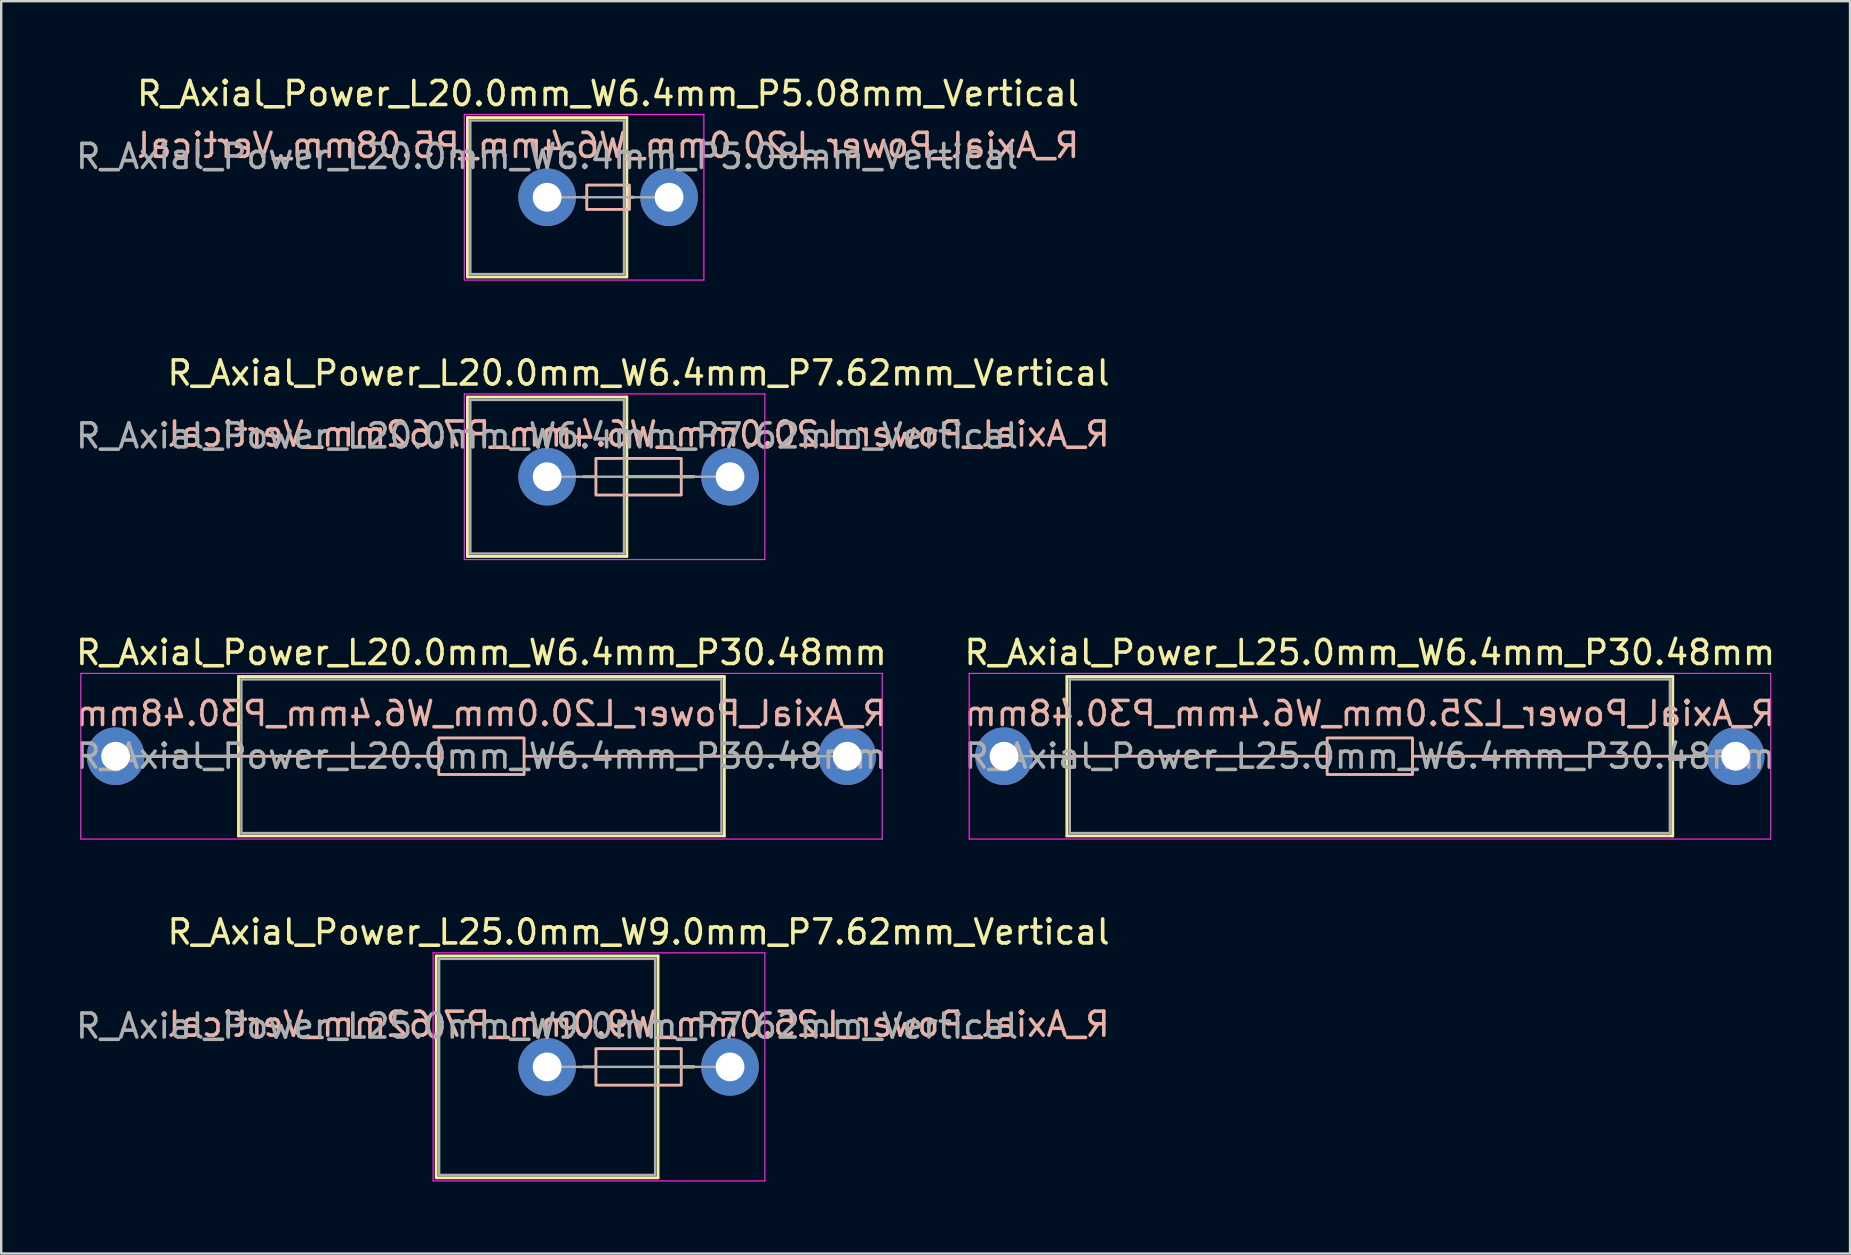
<source format=kicad_pcb>
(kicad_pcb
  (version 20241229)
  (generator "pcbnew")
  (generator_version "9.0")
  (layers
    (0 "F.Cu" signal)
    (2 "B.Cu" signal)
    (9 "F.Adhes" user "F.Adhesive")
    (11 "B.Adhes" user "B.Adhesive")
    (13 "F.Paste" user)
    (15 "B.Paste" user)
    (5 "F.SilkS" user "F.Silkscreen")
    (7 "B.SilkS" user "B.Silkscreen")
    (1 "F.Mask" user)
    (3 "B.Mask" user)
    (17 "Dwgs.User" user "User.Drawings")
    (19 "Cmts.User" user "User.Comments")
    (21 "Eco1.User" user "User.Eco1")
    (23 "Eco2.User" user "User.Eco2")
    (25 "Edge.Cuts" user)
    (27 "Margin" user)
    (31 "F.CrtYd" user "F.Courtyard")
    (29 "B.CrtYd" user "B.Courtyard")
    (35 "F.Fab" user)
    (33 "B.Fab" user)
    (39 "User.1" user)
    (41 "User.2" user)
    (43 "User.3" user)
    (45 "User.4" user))
  (footprint "R_Axial_Power_L25.0mm_W6.4mm_P30.48mm"
    (layer "F.Cu")
    (at 38.778 28.455)
    (property "Reference" "R_Axial_Power_L25.0mm_W6.4mm_P30.48mm" (at 15.24 -4.32 0) (layer "F.SilkS") (effects (font (size 1 1) (thickness 0.15))))
    (fp_line (start 1.44 0) (end 2.62 0) (stroke (width 0.12) (type solid)) (layer "F.SilkS"))
    (fp_line (start 2.62 -3.32) (end 2.62 3.32) (stroke (width 0.12) (type solid)) (layer "F.SilkS"))
    (fp_line (start 2.62 3.32) (end 27.86 3.32) (stroke (width 0.12) (type solid)) (layer "F.SilkS"))
    (fp_line (start 27.86 -3.32) (end 2.62 -3.32) (stroke (width 0.12) (type solid)) (layer "F.SilkS"))
    (fp_line (start 27.86 3.32) (end 27.86 -3.32) (stroke (width 0.12) (type solid)) (layer "F.SilkS"))
    (fp_line (start 29.04 0) (end 27.86 0) (stroke (width 0.12) (type solid)) (layer "F.SilkS"))
    (fp_line (start 13.462 0) (end 1.524 0) (stroke (width 0.12) (type solid)) (layer "B.SilkS"))
    (fp_line (start 17.018 0) (end 28.956 0) (stroke (width 0.12) (type solid)) (layer "B.SilkS"))
    (fp_rect (start 13.462 -0.762) (end 17.018 0.762) (stroke (width 0.12) (type solid)) (fill no) (layer "B.SilkS"))
    (fp_line (start -1.45 -3.45) (end -1.45 3.45) (stroke (width 0.05) (type solid)) (layer "F.CrtYd"))
    (fp_line (start -1.45 3.45) (end 31.94 3.45) (stroke (width 0.05) (type solid)) (layer "F.CrtYd"))
    (fp_line (start 31.94 -3.45) (end -1.45 -3.45) (stroke (width 0.05) (type solid)) (layer "F.CrtYd"))
    (fp_line (start 31.94 3.45) (end 31.94 -3.45) (stroke (width 0.05) (type solid)) (layer "F.CrtYd"))
    (fp_line (start 0 0) (end 2.74 0) (stroke (width 0.1) (type solid)) (layer "F.Fab"))
    (fp_line (start 2.74 -3.2) (end 2.74 3.2) (stroke (width 0.1) (type solid)) (layer "F.Fab"))
    (fp_line (start 2.74 3.2) (end 27.74 3.2) (stroke (width 0.1) (type solid)) (layer "F.Fab"))
    (fp_line (start 27.74 -3.2) (end 2.74 -3.2) (stroke (width 0.1) (type solid)) (layer "F.Fab"))
    (fp_line (start 27.74 3.2) (end 27.74 -3.2) (stroke (width 0.1) (type solid)) (layer "F.Fab"))
    (fp_line (start 30.48 0) (end 27.74 0) (stroke (width 0.1) (type solid)) (layer "F.Fab"))
    (fp_text user "${REFERENCE}" (at 15.24 -1.778 0) (layer "B.SilkS") (effects (font (size 1 1) (thickness 0.15)) (justify mirror)))
    (fp_text user "${REFERENCE}" (at 15.24 0 0) (layer "F.Fab") (effects (font (size 1 1) (thickness 0.15))))
    (pad "1" thru_hole circle (at 0 0) (size 2.4 2.4) (drill 1.2) (layers "*.Cu" "*.Mask"))
    (pad "2" thru_hole oval (at 30.48 0) (size 2.4 2.4) (drill 1.2) (layers "*.Cu" "*.Mask")))
  (footprint "R_Axial_Power_L20.0mm_W6.4mm_P5.08mm_Vertical"
    (layer "F.Cu")
    (at 19.744 5.168)
    (property "Reference" "R_Axial_Power_L20.0mm_W6.4mm_P5.08mm_Vertical" (at 2.54 -4.32 0) (layer "F.SilkS") (effects (font (size 1 1) (thickness 0.15))))
    (fp_line (start -3.32 -3.32) (end -3.32 3.32) (stroke (width 0.12) (type solid)) (layer "F.SilkS"))
    (fp_line (start -3.32 3.32) (end 3.32 3.32) (stroke (width 0.12) (type solid)) (layer "F.SilkS"))
    (fp_line (start 3.32 -3.32) (end -3.32 -3.32) (stroke (width 0.12) (type solid)) (layer "F.SilkS"))
    (fp_line (start 3.32 0) (end 3.58 0) (stroke (width 0.12) (type solid)) (layer "F.SilkS"))
    (fp_line (start 3.32 3.32) (end 3.32 -3.32) (stroke (width 0.12) (type solid)) (layer "F.SilkS"))
    (fp_line (start 1.524 0) (end 1.651 0) (stroke (width 0.12) (type solid)) (layer "B.SilkS"))
    (fp_line (start 3.556 0) (end 3.429 0) (stroke (width 0.12) (type solid)) (layer "B.SilkS"))
    (fp_rect (start 1.651 -0.508) (end 3.429 0.508) (stroke (width 0.12) (type solid)) (fill no) (layer "B.SilkS"))
    (fp_line (start -3.45 -3.45) (end -3.45 3.45) (stroke (width 0.05) (type solid)) (layer "F.CrtYd"))
    (fp_line (start -3.45 3.45) (end 6.53 3.45) (stroke (width 0.05) (type solid)) (layer "F.CrtYd"))
    (fp_line (start 6.53 -3.45) (end -3.45 -3.45) (stroke (width 0.05) (type solid)) (layer "F.CrtYd"))
    (fp_line (start 6.53 3.45) (end 6.53 -3.45) (stroke (width 0.05) (type solid)) (layer "F.CrtYd"))
    (fp_line (start -3.2 -3.2) (end -3.2 3.2) (stroke (width 0.1) (type solid)) (layer "F.Fab"))
    (fp_line (start -3.2 3.2) (end 3.2 3.2) (stroke (width 0.1) (type solid)) (layer "F.Fab"))
    (fp_line (start 0 0) (end 5.08 0) (stroke (width 0.1) (type solid)) (layer "F.Fab"))
    (fp_line (start 3.2 -3.2) (end -3.2 -3.2) (stroke (width 0.1) (type solid)) (layer "F.Fab"))
    (fp_line (start 3.2 3.2) (end 3.2 -3.2) (stroke (width 0.1) (type solid)) (layer "F.Fab"))
    (fp_text user "${REFERENCE}" (at 2.54 -2.159 0) (layer "B.SilkS") (effects (font (size 1 1) (thickness 0.15)) (justify mirror)))
    (fp_text user "${REFERENCE}" (at 0 -1.7 0) (layer "F.Fab") (effects (font (size 1 1) (thickness 0.15))))
    (pad "1" thru_hole circle (at 0 0) (size 2.4 2.4) (drill 1.2) (layers "*.Cu" "*.Mask"))
    (pad "2" thru_hole oval (at 5.08 0) (size 2.4 2.4) (drill 1.2) (layers "*.Cu" "*.Mask")))
  (footprint "R_Axial_Power_L20.0mm_W6.4mm_P30.48mm"
    (layer "F.Cu")
    (at 1.766 28.455)
    (property "Reference" "R_Axial_Power_L20.0mm_W6.4mm_P30.48mm" (at 15.24 -4.32 0) (layer "F.SilkS") (effects (font (size 1 1) (thickness 0.15))))
    (fp_line (start 1.44 0) (end 5.12 0) (stroke (width 0.12) (type solid)) (layer "F.SilkS"))
    (fp_line (start 5.12 -3.32) (end 5.12 3.32) (stroke (width 0.12) (type solid)) (layer "F.SilkS"))
    (fp_line (start 5.12 3.32) (end 25.36 3.32) (stroke (width 0.12) (type solid)) (layer "F.SilkS"))
    (fp_line (start 25.36 -3.32) (end 5.12 -3.32) (stroke (width 0.12) (type solid)) (layer "F.SilkS"))
    (fp_line (start 25.36 3.32) (end 25.36 -3.32) (stroke (width 0.12) (type solid)) (layer "F.SilkS"))
    (fp_line (start 29.04 0) (end 25.36 0) (stroke (width 0.12) (type solid)) (layer "F.SilkS"))
    (fp_line (start 13.462 0) (end 1.524 0) (stroke (width 0.12) (type solid)) (layer "B.SilkS"))
    (fp_line (start 17.018 0) (end 28.956 0) (stroke (width 0.12) (type solid)) (layer "B.SilkS"))
    (fp_rect (start 13.462 -0.762) (end 17.018 0.762) (stroke (width 0.12) (type solid)) (fill no) (layer "B.SilkS"))
    (fp_line (start -1.45 -3.45) (end -1.45 3.45) (stroke (width 0.05) (type solid)) (layer "F.CrtYd"))
    (fp_line (start -1.45 3.45) (end 31.94 3.45) (stroke (width 0.05) (type solid)) (layer "F.CrtYd"))
    (fp_line (start 31.94 -3.45) (end -1.45 -3.45) (stroke (width 0.05) (type solid)) (layer "F.CrtYd"))
    (fp_line (start 31.94 3.45) (end 31.94 -3.45) (stroke (width 0.05) (type solid)) (layer "F.CrtYd"))
    (fp_line (start 0 0) (end 5.24 0) (stroke (width 0.1) (type solid)) (layer "F.Fab"))
    (fp_line (start 5.24 -3.2) (end 5.24 3.2) (stroke (width 0.1) (type solid)) (layer "F.Fab"))
    (fp_line (start 5.24 3.2) (end 25.24 3.2) (stroke (width 0.1) (type solid)) (layer "F.Fab"))
    (fp_line (start 25.24 -3.2) (end 5.24 -3.2) (stroke (width 0.1) (type solid)) (layer "F.Fab"))
    (fp_line (start 25.24 3.2) (end 25.24 -3.2) (stroke (width 0.1) (type solid)) (layer "F.Fab"))
    (fp_line (start 30.48 0) (end 25.24 0) (stroke (width 0.1) (type solid)) (layer "F.Fab"))
    (fp_text user "${REFERENCE}" (at 15.24 -1.778 0) (layer "B.SilkS") (effects (font (size 1 1) (thickness 0.15)) (justify mirror)))
    (fp_text user "${REFERENCE}" (at 15.24 0 0) (layer "F.Fab") (effects (font (size 1 1) (thickness 0.15))))
    (pad "1" thru_hole circle (at 0 0) (size 2.4 2.4) (drill 1.2) (layers "*.Cu" "*.Mask"))
    (pad "2" thru_hole oval (at 30.48 0) (size 2.4 2.4) (drill 1.2) (layers "*.Cu" "*.Mask")))
  (footprint "R_Axial_Power_L20.0mm_W6.4mm_P7.62mm_Vertical"
    (layer "F.Cu")
    (at 19.744 16.811)
    (property "Reference" "R_Axial_Power_L20.0mm_W6.4mm_P7.62mm_Vertical" (at 3.81 -4.32 0) (layer "F.SilkS") (effects (font (size 1 1) (thickness 0.15))))
    (fp_line (start -3.32 -3.32) (end -3.32 3.32) (stroke (width 0.12) (type solid)) (layer "F.SilkS"))
    (fp_line (start -3.32 3.32) (end 3.32 3.32) (stroke (width 0.12) (type solid)) (layer "F.SilkS"))
    (fp_line (start 3.32 -3.32) (end -3.32 -3.32) (stroke (width 0.12) (type solid)) (layer "F.SilkS"))
    (fp_line (start 3.32 0) (end 6.12 0) (stroke (width 0.12) (type solid)) (layer "F.SilkS"))
    (fp_line (start 3.32 3.32) (end 3.32 -3.32) (stroke (width 0.12) (type solid)) (layer "F.SilkS"))
    (fp_line (start 2.032 0) (end 1.524 0) (stroke (width 0.12) (type solid)) (layer "B.SilkS"))
    (fp_line (start 5.588 0) (end 6.096 0) (stroke (width 0.12) (type solid)) (layer "B.SilkS"))
    (fp_rect (start 2.032 -0.762) (end 5.588 0.762) (stroke (width 0.12) (type solid)) (fill no) (layer "B.SilkS"))
    (fp_line (start -3.45 -3.45) (end -3.45 3.45) (stroke (width 0.05) (type solid)) (layer "F.CrtYd"))
    (fp_line (start -3.45 3.45) (end 9.07 3.45) (stroke (width 0.05) (type solid)) (layer "F.CrtYd"))
    (fp_line (start 9.07 -3.45) (end -3.45 -3.45) (stroke (width 0.05) (type solid)) (layer "F.CrtYd"))
    (fp_line (start 9.07 3.45) (end 9.07 -3.45) (stroke (width 0.05) (type solid)) (layer "F.CrtYd"))
    (fp_line (start -3.2 -3.2) (end -3.2 3.2) (stroke (width 0.1) (type solid)) (layer "F.Fab"))
    (fp_line (start -3.2 3.2) (end 3.2 3.2) (stroke (width 0.1) (type solid)) (layer "F.Fab"))
    (fp_line (start 0 0) (end 7.62 0) (stroke (width 0.1) (type solid)) (layer "F.Fab"))
    (fp_line (start 3.2 -3.2) (end -3.2 -3.2) (stroke (width 0.1) (type solid)) (layer "F.Fab"))
    (fp_line (start 3.2 3.2) (end 3.2 -3.2) (stroke (width 0.1) (type solid)) (layer "F.Fab"))
    (fp_text user "${REFERENCE}" (at 3.81 -1.778 0) (layer "B.SilkS") (effects (font (size 1 1) (thickness 0.15)) (justify mirror)))
    (fp_text user "${REFERENCE}" (at 0 -1.7 0) (layer "F.Fab") (effects (font (size 1 1) (thickness 0.15))))
    (pad "1" thru_hole circle (at 0 0) (size 2.4 2.4) (drill 1.2) (layers "*.Cu" "*.Mask"))
    (pad "2" thru_hole oval (at 7.62 0) (size 2.4 2.4) (drill 1.2) (layers "*.Cu" "*.Mask")))
  (footprint "R_Axial_Power_L25.0mm_W9.0mm_P7.62mm_Vertical"
    (layer "F.Cu")
    (at 19.744 41.398)
    (property "Reference" "R_Axial_Power_L25.0mm_W9.0mm_P7.62mm_Vertical" (at 3.81 -5.62 0) (layer "F.SilkS") (effects (font (size 1 1) (thickness 0.15))))
    (fp_line (start -4.62 -4.62) (end -4.62 4.62) (stroke (width 0.12) (type solid)) (layer "F.SilkS"))
    (fp_line (start -4.62 4.62) (end 4.62 4.62) (stroke (width 0.12) (type solid)) (layer "F.SilkS"))
    (fp_line (start 4.62 -4.62) (end -4.62 -4.62) (stroke (width 0.12) (type solid)) (layer "F.SilkS"))
    (fp_line (start 4.62 0) (end 6.12 0) (stroke (width 0.12) (type solid)) (layer "F.SilkS"))
    (fp_line (start 4.62 4.62) (end 4.62 -4.62) (stroke (width 0.12) (type solid)) (layer "F.SilkS"))
    (fp_line (start 2.032 0) (end 1.524 0) (stroke (width 0.12) (type solid)) (layer "B.SilkS"))
    (fp_line (start 5.588 0) (end 6.096 0) (stroke (width 0.12) (type solid)) (layer "B.SilkS"))
    (fp_rect (start 2.032 -0.762) (end 5.588 0.762) (stroke (width 0.12) (type solid)) (fill no) (layer "B.SilkS"))
    (fp_line (start -4.75 -4.75) (end -4.75 4.75) (stroke (width 0.05) (type solid)) (layer "F.CrtYd"))
    (fp_line (start -4.75 4.75) (end 9.07 4.75) (stroke (width 0.05) (type solid)) (layer "F.CrtYd"))
    (fp_line (start 9.07 -4.75) (end -4.75 -4.75) (stroke (width 0.05) (type solid)) (layer "F.CrtYd"))
    (fp_line (start 9.07 4.75) (end 9.07 -4.75) (stroke (width 0.05) (type solid)) (layer "F.CrtYd"))
    (fp_line (start -4.5 -4.5) (end -4.5 4.5) (stroke (width 0.1) (type solid)) (layer "F.Fab"))
    (fp_line (start -4.5 4.5) (end 4.5 4.5) (stroke (width 0.1) (type solid)) (layer "F.Fab"))
    (fp_line (start 0 0) (end 7.62 0) (stroke (width 0.1) (type solid)) (layer "F.Fab"))
    (fp_line (start 4.5 -4.5) (end -4.5 -4.5) (stroke (width 0.1) (type solid)) (layer "F.Fab"))
    (fp_line (start 4.5 4.5) (end 4.5 -4.5) (stroke (width 0.1) (type solid)) (layer "F.Fab"))
    (fp_text user "${REFERENCE}" (at 3.81 -1.778 0) (layer "B.SilkS") (effects (font (size 1 1) (thickness 0.15)) (justify mirror)))
    (fp_text user "${REFERENCE}" (at 0 -1.7 0) (layer "F.Fab") (effects (font (size 1 1) (thickness 0.15))))
    (pad "1" thru_hole circle (at 0 0) (size 2.4 2.4) (drill 1.2) (layers "*.Cu" "*.Mask"))
    (pad "2" thru_hole oval (at 7.62 0) (size 2.4 2.4) (drill 1.2) (layers "*.Cu" "*.Mask")))
  (gr_rect
    (start -3 -3)
    (end 74.024 49.173)
    (stroke (width 0.1) (type default))
    (fill no)
    (layer "Edge.Cuts")))
</source>
